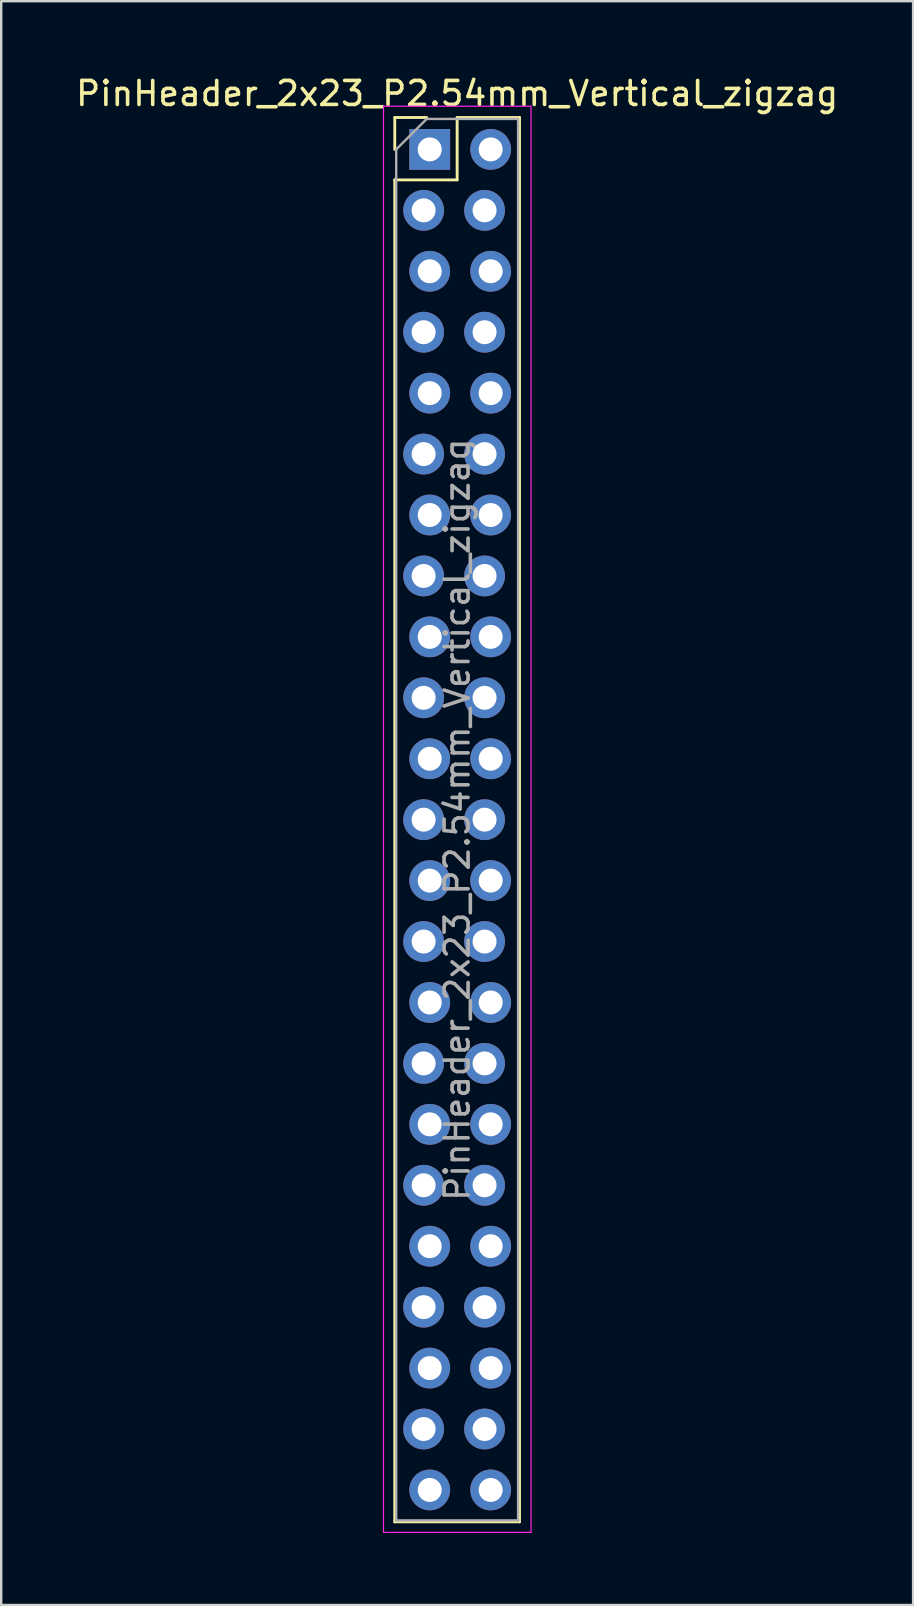
<source format=kicad_pcb>
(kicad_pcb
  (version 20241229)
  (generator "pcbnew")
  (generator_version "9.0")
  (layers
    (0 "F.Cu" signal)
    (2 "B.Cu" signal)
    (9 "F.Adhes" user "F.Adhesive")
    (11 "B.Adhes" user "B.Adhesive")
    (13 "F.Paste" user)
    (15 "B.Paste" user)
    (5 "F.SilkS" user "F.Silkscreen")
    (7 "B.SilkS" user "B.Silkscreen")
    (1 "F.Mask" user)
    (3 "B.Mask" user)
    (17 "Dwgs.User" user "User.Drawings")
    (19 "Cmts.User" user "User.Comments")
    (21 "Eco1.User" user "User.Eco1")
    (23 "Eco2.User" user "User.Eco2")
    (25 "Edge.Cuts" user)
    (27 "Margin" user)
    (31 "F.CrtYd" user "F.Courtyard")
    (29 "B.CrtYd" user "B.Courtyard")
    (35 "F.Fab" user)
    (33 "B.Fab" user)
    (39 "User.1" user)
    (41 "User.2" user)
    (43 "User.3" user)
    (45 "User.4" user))
  (footprint "PinHeader_2x23_P2.54mm_Vertical_zigzag"
    (layer "F.Cu")
    (at 14.736 3.178)
    (property "Reference" "PinHeader_2x23_P2.54mm_Vertical_zigzag" (at 1.27 -2.33 0) (layer "F.SilkS") (effects (font (size 1 1) (thickness 0.15))))
    (attr through_hole)
    (fp_line (start -1.33 -1.33) (end 0 -1.33) (stroke (width 0.12) (type solid)) (layer "F.SilkS"))
    (fp_line (start -1.33 0) (end -1.33 -1.33) (stroke (width 0.12) (type solid)) (layer "F.SilkS"))
    (fp_line (start -1.33 1.27) (end -1.33 57.21) (stroke (width 0.12) (type solid)) (layer "F.SilkS"))
    (fp_line (start -1.33 1.27) (end 1.27 1.27) (stroke (width 0.12) (type solid)) (layer "F.SilkS"))
    (fp_line (start -1.33 57.21) (end 3.87 57.21) (stroke (width 0.12) (type solid)) (layer "F.SilkS"))
    (fp_line (start 1.27 -1.33) (end 3.87 -1.33) (stroke (width 0.12) (type solid)) (layer "F.SilkS"))
    (fp_line (start 1.27 1.27) (end 1.27 -1.33) (stroke (width 0.12) (type solid)) (layer "F.SilkS"))
    (fp_line (start 3.87 -1.33) (end 3.87 57.21) (stroke (width 0.12) (type solid)) (layer "F.SilkS"))
    (fp_line (start -1.8 -1.8) (end -1.8 57.65) (stroke (width 0.05) (type solid)) (layer "F.CrtYd"))
    (fp_line (start -1.8 57.65) (end 4.35 57.65) (stroke (width 0.05) (type solid)) (layer "F.CrtYd"))
    (fp_line (start 4.35 -1.8) (end -1.8 -1.8) (stroke (width 0.05) (type solid)) (layer "F.CrtYd"))
    (fp_line (start 4.35 57.65) (end 4.35 -1.8) (stroke (width 0.05) (type solid)) (layer "F.CrtYd"))
    (fp_line (start -1.27 0) (end 0 -1.27) (stroke (width 0.1) (type solid)) (layer "F.Fab"))
    (fp_line (start -1.27 57.15) (end -1.27 0) (stroke (width 0.1) (type solid)) (layer "F.Fab"))
    (fp_line (start 0 -1.27) (end 3.81 -1.27) (stroke (width 0.1) (type solid)) (layer "F.Fab"))
    (fp_line (start 3.81 -1.27) (end 3.81 57.15) (stroke (width 0.1) (type solid)) (layer "F.Fab"))
    (fp_line (start 3.81 57.15) (end -1.27 57.15) (stroke (width 0.1) (type solid)) (layer "F.Fab"))
    (fp_text user "${REFERENCE}" (at 1.27 27.94 90) (layer "F.Fab") (effects (font (size 1 1) (thickness 0.15))))
    (pad "1" thru_hole rect (at 0.127 0) (size 1.7 1.7) (drill 1) (layers "*.Cu" "*.Mask"))
    (pad "2" thru_hole oval (at 2.667 0) (size 1.7 1.7) (drill 1) (layers "*.Cu" "*.Mask"))
    (pad "3" thru_hole oval (at -0.127 2.54) (size 1.7 1.7) (drill 1) (layers "*.Cu" "*.Mask"))
    (pad "4" thru_hole oval (at 2.413 2.54) (size 1.7 1.7) (drill 1) (layers "*.Cu" "*.Mask"))
    (pad "5" thru_hole oval (at 0.127 5.08) (size 1.7 1.7) (drill 1) (layers "*.Cu" "*.Mask"))
    (pad "6" thru_hole oval (at 2.667 5.08) (size 1.7 1.7) (drill 1) (layers "*.Cu" "*.Mask"))
    (pad "7" thru_hole oval (at -0.127 7.62) (size 1.7 1.7) (drill 1) (layers "*.Cu" "*.Mask"))
    (pad "8" thru_hole oval (at 2.413 7.62) (size 1.7 1.7) (drill 1) (layers "*.Cu" "*.Mask"))
    (pad "9" thru_hole oval (at 0.127 10.16) (size 1.7 1.7) (drill 1) (layers "*.Cu" "*.Mask"))
    (pad "10" thru_hole oval (at 2.667 10.16) (size 1.7 1.7) (drill 1) (layers "*.Cu" "*.Mask"))
    (pad "11" thru_hole oval (at -0.127 12.7) (size 1.7 1.7) (drill 1) (layers "*.Cu" "*.Mask"))
    (pad "12" thru_hole oval (at 2.413 12.7) (size 1.7 1.7) (drill 1) (layers "*.Cu" "*.Mask"))
    (pad "13" thru_hole oval (at 0.127 15.24) (size 1.7 1.7) (drill 1) (layers "*.Cu" "*.Mask"))
    (pad "14" thru_hole oval (at 2.667 15.24) (size 1.7 1.7) (drill 1) (layers "*.Cu" "*.Mask"))
    (pad "15" thru_hole oval (at -0.127 17.78) (size 1.7 1.7) (drill 1) (layers "*.Cu" "*.Mask"))
    (pad "16" thru_hole oval (at 2.413 17.78) (size 1.7 1.7) (drill 1) (layers "*.Cu" "*.Mask"))
    (pad "17" thru_hole oval (at 0.127 20.32) (size 1.7 1.7) (drill 1) (layers "*.Cu" "*.Mask"))
    (pad "18" thru_hole oval (at 2.667 20.32) (size 1.7 1.7) (drill 1) (layers "*.Cu" "*.Mask"))
    (pad "19" thru_hole oval (at -0.127 22.86) (size 1.7 1.7) (drill 1) (layers "*.Cu" "*.Mask"))
    (pad "20" thru_hole oval (at 2.413 22.86) (size 1.7 1.7) (drill 1) (layers "*.Cu" "*.Mask"))
    (pad "21" thru_hole oval (at 0.127 25.4) (size 1.7 1.7) (drill 1) (layers "*.Cu" "*.Mask"))
    (pad "22" thru_hole oval (at 2.667 25.4) (size 1.7 1.7) (drill 1) (layers "*.Cu" "*.Mask"))
    (pad "23" thru_hole oval (at -0.127 27.94) (size 1.7 1.7) (drill 1) (layers "*.Cu" "*.Mask"))
    (pad "24" thru_hole oval (at 2.413 27.94) (size 1.7 1.7) (drill 1) (layers "*.Cu" "*.Mask"))
    (pad "25" thru_hole oval (at 0.127 30.48) (size 1.7 1.7) (drill 1) (layers "*.Cu" "*.Mask"))
    (pad "26" thru_hole oval (at 2.667 30.48) (size 1.7 1.7) (drill 1) (layers "*.Cu" "*.Mask"))
    (pad "27" thru_hole oval (at -0.127 33.02) (size 1.7 1.7) (drill 1) (layers "*.Cu" "*.Mask"))
    (pad "28" thru_hole oval (at 2.413 33.02) (size 1.7 1.7) (drill 1) (layers "*.Cu" "*.Mask"))
    (pad "29" thru_hole oval (at 0.127 35.56) (size 1.7 1.7) (drill 1) (layers "*.Cu" "*.Mask"))
    (pad "30" thru_hole oval (at 2.667 35.56) (size 1.7 1.7) (drill 1) (layers "*.Cu" "*.Mask"))
    (pad "31" thru_hole oval (at -0.127 38.1) (size 1.7 1.7) (drill 1) (layers "*.Cu" "*.Mask"))
    (pad "32" thru_hole oval (at 2.413 38.1) (size 1.7 1.7) (drill 1) (layers "*.Cu" "*.Mask"))
    (pad "33" thru_hole oval (at 0.127 40.64) (size 1.7 1.7) (drill 1) (layers "*.Cu" "*.Mask"))
    (pad "34" thru_hole oval (at 2.667 40.64) (size 1.7 1.7) (drill 1) (layers "*.Cu" "*.Mask"))
    (pad "35" thru_hole oval (at -0.127 43.18) (size 1.7 1.7) (drill 1) (layers "*.Cu" "*.Mask"))
    (pad "36" thru_hole oval (at 2.413 43.18) (size 1.7 1.7) (drill 1) (layers "*.Cu" "*.Mask"))
    (pad "37" thru_hole oval (at 0.127 45.72) (size 1.7 1.7) (drill 1) (layers "*.Cu" "*.Mask"))
    (pad "38" thru_hole oval (at 2.667 45.72) (size 1.7 1.7) (drill 1) (layers "*.Cu" "*.Mask"))
    (pad "39" thru_hole oval (at -0.127 48.26) (size 1.7 1.7) (drill 1) (layers "*.Cu" "*.Mask"))
    (pad "40" thru_hole oval (at 2.413 48.26) (size 1.7 1.7) (drill 1) (layers "*.Cu" "*.Mask"))
    (pad "41" thru_hole oval (at 0.127 50.8) (size 1.7 1.7) (drill 1) (layers "*.Cu" "*.Mask"))
    (pad "42" thru_hole oval (at 2.667 50.8) (size 1.7 1.7) (drill 1) (layers "*.Cu" "*.Mask"))
    (pad "43" thru_hole oval (at -0.127 53.34) (size 1.7 1.7) (drill 1) (layers "*.Cu" "*.Mask"))
    (pad "44" thru_hole oval (at 2.413 53.34) (size 1.7 1.7) (drill 1) (layers "*.Cu" "*.Mask"))
    (pad "45" thru_hole oval (at 0.127 55.88) (size 1.7 1.7) (drill 1) (layers "*.Cu" "*.Mask"))
    (pad "46" thru_hole oval (at 2.667 55.88) (size 1.7 1.7) (drill 1) (layers "*.Cu" "*.Mask")))
  (gr_rect
    (start -3 -3)
    (end 35.012 63.853)
    (stroke (width 0.1) (type default))
    (fill no)
    (layer "Edge.Cuts")))
</source>
